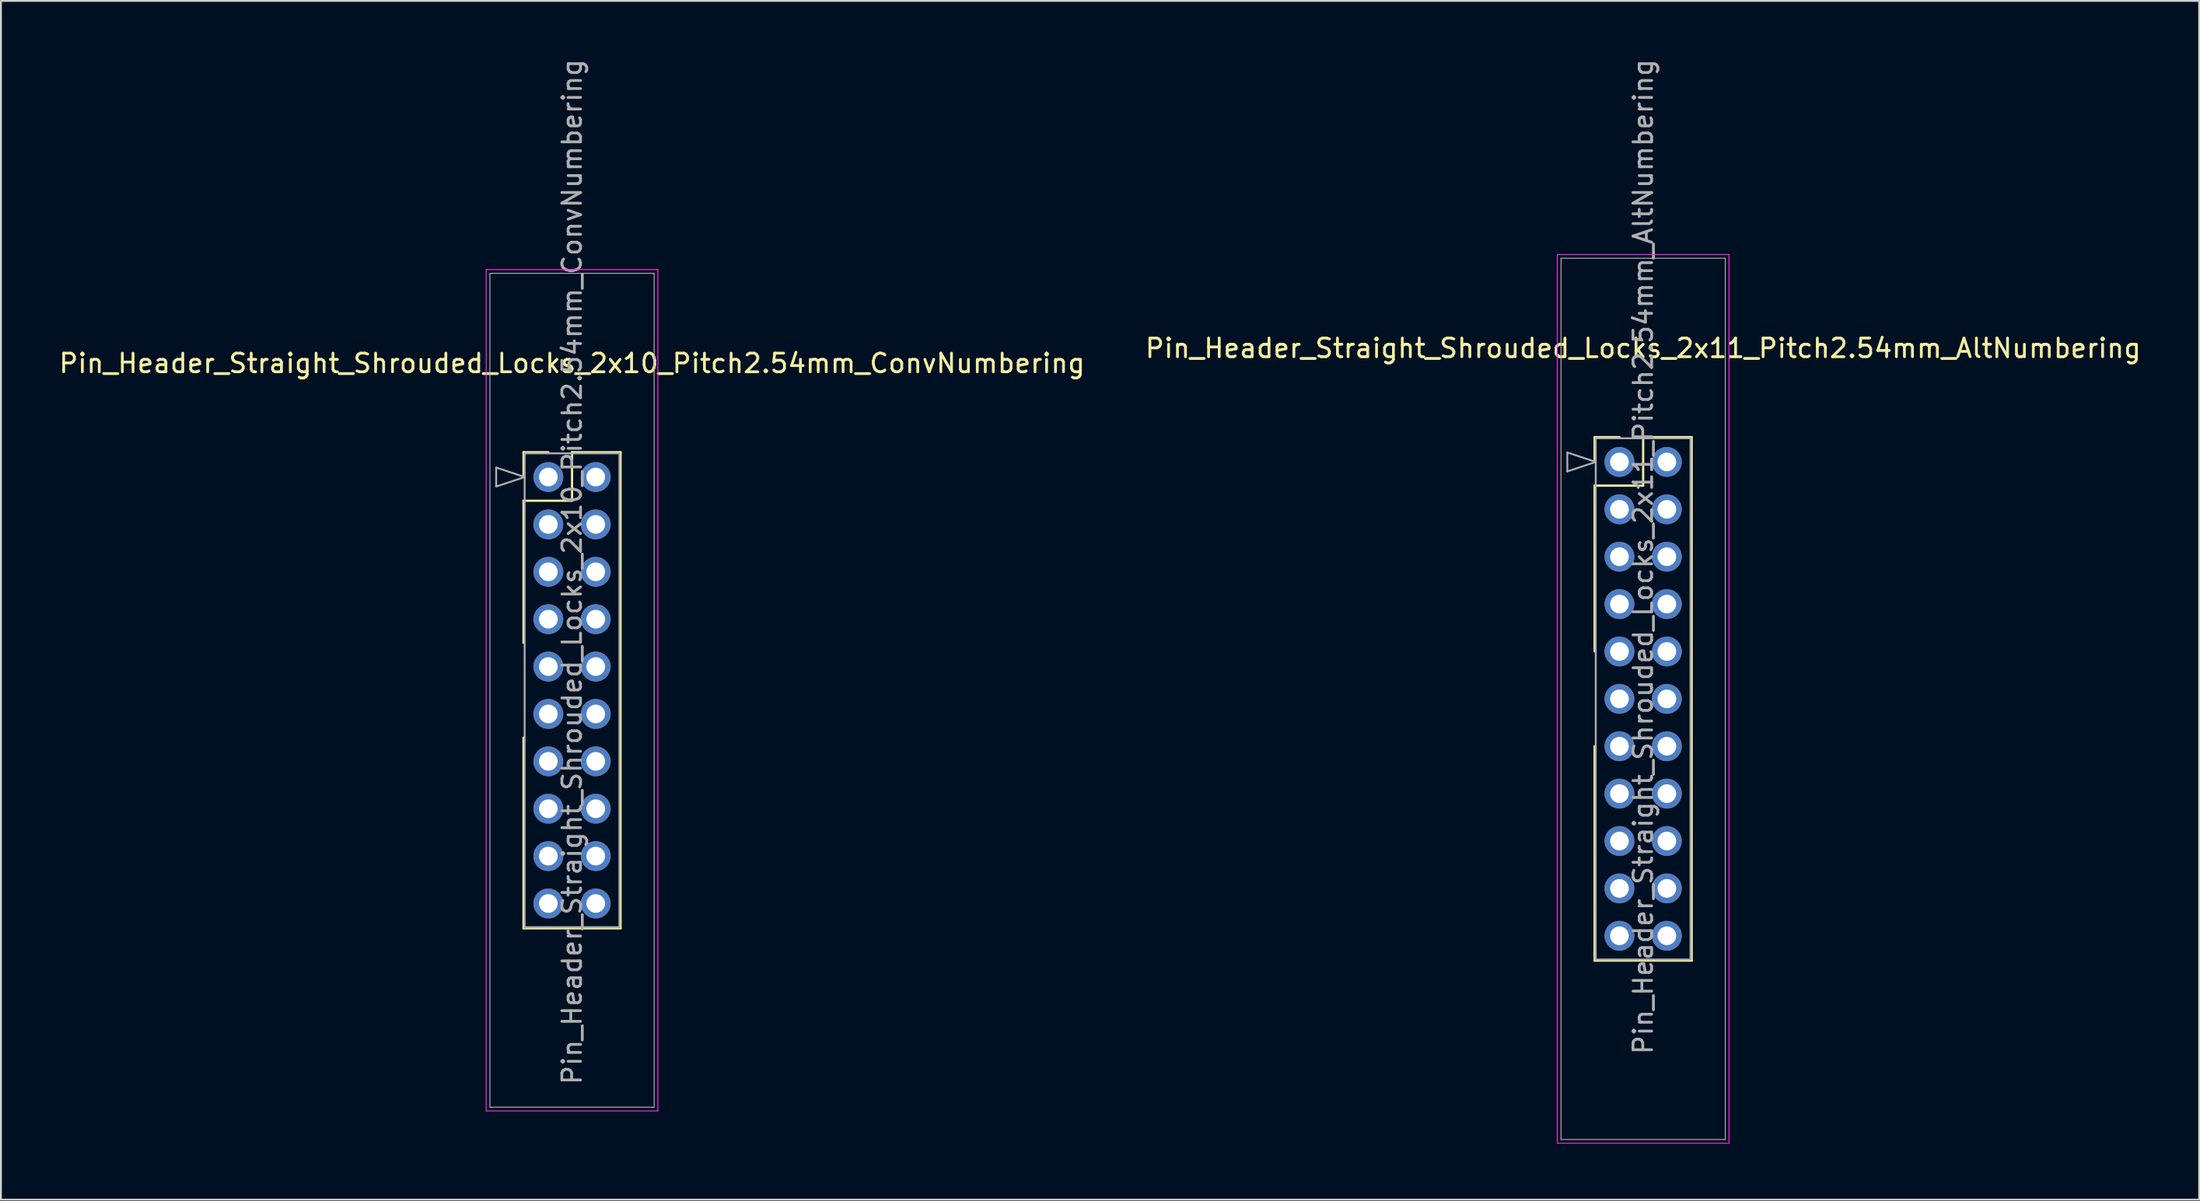
<source format=kicad_pcb>
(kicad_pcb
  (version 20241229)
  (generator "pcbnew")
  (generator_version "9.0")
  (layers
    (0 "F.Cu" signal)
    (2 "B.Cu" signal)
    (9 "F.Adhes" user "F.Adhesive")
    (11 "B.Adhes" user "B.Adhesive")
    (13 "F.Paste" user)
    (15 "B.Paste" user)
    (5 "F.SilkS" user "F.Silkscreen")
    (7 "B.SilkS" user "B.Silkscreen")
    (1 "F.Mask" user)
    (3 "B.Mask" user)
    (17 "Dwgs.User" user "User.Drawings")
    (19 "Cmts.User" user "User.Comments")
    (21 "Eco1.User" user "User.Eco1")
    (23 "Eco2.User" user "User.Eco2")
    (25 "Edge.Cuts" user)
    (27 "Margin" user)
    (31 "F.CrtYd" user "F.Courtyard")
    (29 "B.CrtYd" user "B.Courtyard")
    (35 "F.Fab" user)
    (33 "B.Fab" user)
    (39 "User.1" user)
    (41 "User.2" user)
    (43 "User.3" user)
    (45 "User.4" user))
  (footprint "Pin_Header_Straight_Shrouded_Locks_2x10_Pitch2.54mm_ConvNumbering"
    (layer "F.Cu")
    (at 26.331 22.521)
    (property "Reference" "Pin_Header_Straight_Shrouded_Locks_2x10_Pitch2.54mm_ConvNumbering" (at 1.27 -6.096 0) (layer "F.SilkS") (effects (font (size 1 1) (thickness 0.15))))
    (attr through_hole)
    (fp_line (start -1.33 -1.33) (end 0 -1.33) (stroke (width 0.12) (type solid)) (layer "F.SilkS"))
    (fp_line (start -1.33 0) (end -1.33 -1.33) (stroke (width 0.12) (type solid)) (layer "F.SilkS"))
    (fp_line (start -1.33 1.27) (end -1.33 8.89) (stroke (width 0.12) (type solid)) (layer "F.SilkS"))
    (fp_line (start -1.33 1.27) (end 1.27 1.27) (stroke (width 0.12) (type solid)) (layer "F.SilkS"))
    (fp_line (start -1.33 13.97) (end -1.33 24.19) (stroke (width 0.12) (type solid)) (layer "F.SilkS"))
    (fp_line (start -1.33 24.19) (end 3.87 24.19) (stroke (width 0.12) (type solid)) (layer "F.SilkS"))
    (fp_line (start 1.27 -1.33) (end 3.87 -1.33) (stroke (width 0.12) (type solid)) (layer "F.SilkS"))
    (fp_line (start 1.27 1.27) (end 1.27 -1.33) (stroke (width 0.12) (type solid)) (layer "F.SilkS"))
    (fp_line (start 3.87 -1.33) (end 3.87 24.19) (stroke (width 0.12) (type solid)) (layer "F.SilkS"))
    (fp_line (start -3.33 -11.12) (end -3.33 33.98) (stroke (width 0.05) (type solid)) (layer "F.CrtYd"))
    (fp_line (start -3.33 33.98) (end 5.87 33.98) (stroke (width 0.05) (type solid)) (layer "F.CrtYd"))
    (fp_line (start 5.87 -11.12) (end -3.33 -11.12) (stroke (width 0.05) (type solid)) (layer "F.CrtYd"))
    (fp_line (start 5.87 33.98) (end 5.87 -11.12) (stroke (width 0.05) (type solid)) (layer "F.CrtYd"))
    (fp_line (start -3.13 -10.92) (end -3.13 33.78) (stroke (width 0.05) (type solid)) (layer "F.Fab"))
    (fp_line (start -3.13 33.78) (end 5.67 33.78) (stroke (width 0.05) (type solid)) (layer "F.Fab"))
    (fp_line (start -2.794 -0.508) (end -1.27 0) (stroke (width 0.1) (type solid)) (layer "F.Fab"))
    (fp_line (start -2.794 0.508) (end -2.794 -0.508) (stroke (width 0.1) (type solid)) (layer "F.Fab"))
    (fp_line (start -1.27 -1.27) (end -1.27 24.13) (stroke (width 0.1) (type solid)) (layer "F.Fab"))
    (fp_line (start -1.27 0) (end -2.794 0.508) (stroke (width 0.1) (type solid)) (layer "F.Fab"))
    (fp_line (start -1.27 24.13) (end 3.81 24.13) (stroke (width 0.1) (type solid)) (layer "F.Fab"))
    (fp_line (start 3.81 -1.27) (end -1.27 -1.27) (stroke (width 0.1) (type solid)) (layer "F.Fab"))
    (fp_line (start 3.81 24.13) (end 3.81 -1.27) (stroke (width 0.1) (type solid)) (layer "F.Fab"))
    (fp_line (start 5.67 -10.92) (end -3.13 -10.92) (stroke (width 0.05) (type solid)) (layer "F.Fab"))
    (fp_line (start 5.67 33.78) (end 5.67 -10.92) (stroke (width 0.05) (type solid)) (layer "F.Fab"))
    (fp_text user "${REFERENCE}" (at 1.27 5.08 90) (layer "F.Fab") (effects (font (size 1 1) (thickness 0.15))))
    (pad "1" thru_hole oval (at 0 0) (size 1.6 1.6) (drill 1) (layers "*.Cu" "*.Mask"))
    (pad "2" thru_hole oval (at 2.54 0) (size 1.6 1.6) (drill 1) (layers "*.Cu" "*.Mask"))
    (pad "3" thru_hole oval (at 0 2.54) (size 1.6 1.6) (drill 1) (layers "*.Cu" "*.Mask"))
    (pad "4" thru_hole oval (at 2.54 2.54) (size 1.6 1.6) (drill 1) (layers "*.Cu" "*.Mask"))
    (pad "5" thru_hole oval (at 0 5.08) (size 1.6 1.6) (drill 1) (layers "*.Cu" "*.Mask"))
    (pad "6" thru_hole oval (at 2.54 5.08) (size 1.6 1.6) (drill 1) (layers "*.Cu" "*.Mask"))
    (pad "7" thru_hole oval (at 0 7.62) (size 1.6 1.6) (drill 1) (layers "*.Cu" "*.Mask"))
    (pad "8" thru_hole oval (at 2.54 7.62) (size 1.6 1.6) (drill 1) (layers "*.Cu" "*.Mask"))
    (pad "9" thru_hole oval (at 0 10.16) (size 1.6 1.6) (drill 1) (layers "*.Cu" "*.Mask"))
    (pad "10" thru_hole oval (at 2.54 10.16) (size 1.6 1.6) (drill 1) (layers "*.Cu" "*.Mask"))
    (pad "11" thru_hole oval (at 0 12.7) (size 1.6 1.6) (drill 1) (layers "*.Cu" "*.Mask"))
    (pad "12" thru_hole oval (at 2.54 12.7) (size 1.6 1.6) (drill 1) (layers "*.Cu" "*.Mask"))
    (pad "13" thru_hole oval (at 0 15.24) (size 1.6 1.6) (drill 1) (layers "*.Cu" "*.Mask"))
    (pad "14" thru_hole oval (at 2.54 15.24) (size 1.6 1.6) (drill 1) (layers "*.Cu" "*.Mask"))
    (pad "15" thru_hole oval (at 0 17.78) (size 1.6 1.6) (drill 1) (layers "*.Cu" "*.Mask"))
    (pad "16" thru_hole oval (at 2.54 17.78) (size 1.6 1.6) (drill 1) (layers "*.Cu" "*.Mask"))
    (pad "17" thru_hole oval (at 0 20.32) (size 1.6 1.6) (drill 1) (layers "*.Cu" "*.Mask"))
    (pad "18" thru_hole oval (at 2.54 20.32) (size 1.6 1.6) (drill 1) (layers "*.Cu" "*.Mask"))
    (pad "19" thru_hole oval (at 0 22.86) (size 1.6 1.6) (drill 1) (layers "*.Cu" "*.Mask"))
    (pad "20" thru_hole oval (at 2.54 22.86) (size 1.6 1.6) (drill 1) (layers "*.Cu" "*.Mask")))
  (footprint "Pin_Header_Straight_Shrouded_Locks_2x11_Pitch2.54mm_AltNumbering"
    (layer "F.Cu")
    (at 83.724 21.712)
    (property "Reference" "Pin_Header_Straight_Shrouded_Locks_2x11_Pitch2.54mm_AltNumbering" (at 1.27 -6.096 0) (layer "F.SilkS") (effects (font (size 1 1) (thickness 0.15))))
    (attr through_hole)
    (fp_line (start -1.33 -1.33) (end 0 -1.33) (stroke (width 0.12) (type solid)) (layer "F.SilkS"))
    (fp_line (start -1.33 0) (end -1.33 -1.33) (stroke (width 0.12) (type solid)) (layer "F.SilkS"))
    (fp_line (start -1.33 1.27) (end -1.33 10.16) (stroke (width 0.12) (type solid)) (layer "F.SilkS"))
    (fp_line (start -1.33 1.27) (end 1.27 1.27) (stroke (width 0.12) (type solid)) (layer "F.SilkS"))
    (fp_line (start -1.33 15.24) (end -1.33 26.73) (stroke (width 0.12) (type solid)) (layer "F.SilkS"))
    (fp_line (start -1.33 26.73) (end 3.87 26.73) (stroke (width 0.12) (type solid)) (layer "F.SilkS"))
    (fp_line (start 1.27 -1.33) (end 3.87 -1.33) (stroke (width 0.12) (type solid)) (layer "F.SilkS"))
    (fp_line (start 1.27 1.27) (end 1.27 -1.33) (stroke (width 0.12) (type solid)) (layer "F.SilkS"))
    (fp_line (start 3.87 -1.33) (end 3.87 26.73) (stroke (width 0.12) (type solid)) (layer "F.SilkS"))
    (fp_line (start -3.33 -11.12) (end -3.33 36.52) (stroke (width 0.05) (type solid)) (layer "F.CrtYd"))
    (fp_line (start -3.33 36.52) (end 5.87 36.52) (stroke (width 0.05) (type solid)) (layer "F.CrtYd"))
    (fp_line (start 5.87 -11.12) (end -3.33 -11.12) (stroke (width 0.05) (type solid)) (layer "F.CrtYd"))
    (fp_line (start 5.87 36.52) (end 5.87 -11.12) (stroke (width 0.05) (type solid)) (layer "F.CrtYd"))
    (fp_line (start -3.13 -10.92) (end -3.13 36.32) (stroke (width 0.05) (type solid)) (layer "F.Fab"))
    (fp_line (start -3.13 36.32) (end 5.67 36.32) (stroke (width 0.05) (type solid)) (layer "F.Fab"))
    (fp_line (start -2.794 -0.508) (end -1.27 0) (stroke (width 0.1) (type solid)) (layer "F.Fab"))
    (fp_line (start -2.794 0.508) (end -2.794 -0.508) (stroke (width 0.1) (type solid)) (layer "F.Fab"))
    (fp_line (start -1.27 -1.27) (end -1.27 26.67) (stroke (width 0.1) (type solid)) (layer "F.Fab"))
    (fp_line (start -1.27 0) (end -2.794 0.508) (stroke (width 0.1) (type solid)) (layer "F.Fab"))
    (fp_line (start -1.27 26.67) (end 3.81 26.67) (stroke (width 0.1) (type solid)) (layer "F.Fab"))
    (fp_line (start 3.81 -1.27) (end -1.27 -1.27) (stroke (width 0.1) (type solid)) (layer "F.Fab"))
    (fp_line (start 3.81 26.67) (end 3.81 -1.27) (stroke (width 0.1) (type solid)) (layer "F.Fab"))
    (fp_line (start 5.67 -10.92) (end -3.13 -10.92) (stroke (width 0.05) (type solid)) (layer "F.Fab"))
    (fp_line (start 5.67 36.32) (end 5.67 -10.92) (stroke (width 0.05) (type solid)) (layer "F.Fab"))
    (fp_text user "${REFERENCE}" (at 1.27 5.08 90) (layer "F.Fab") (effects (font (size 1 1) (thickness 0.15))))
    (pad "1" thru_hole oval (at 0 0) (size 1.6 1.6) (drill 1) (layers "*.Cu" "*.Mask"))
    (pad "2" thru_hole oval (at 0 2.54) (size 1.6 1.6) (drill 1) (layers "*.Cu" "*.Mask"))
    (pad "3" thru_hole oval (at 0 5.08) (size 1.6 1.6) (drill 1) (layers "*.Cu" "*.Mask"))
    (pad "4" thru_hole oval (at 0 7.62) (size 1.6 1.6) (drill 1) (layers "*.Cu" "*.Mask"))
    (pad "5" thru_hole oval (at 0 10.16) (size 1.6 1.6) (drill 1) (layers "*.Cu" "*.Mask"))
    (pad "6" thru_hole oval (at 0 12.7) (size 1.6 1.6) (drill 1) (layers "*.Cu" "*.Mask"))
    (pad "7" thru_hole oval (at 0 15.24) (size 1.6 1.6) (drill 1) (layers "*.Cu" "*.Mask"))
    (pad "8" thru_hole oval (at 0 17.78) (size 1.6 1.6) (drill 1) (layers "*.Cu" "*.Mask"))
    (pad "9" thru_hole oval (at 0 20.32) (size 1.6 1.6) (drill 1) (layers "*.Cu" "*.Mask"))
    (pad "10" thru_hole oval (at 0 22.86) (size 1.6 1.6) (drill 1) (layers "*.Cu" "*.Mask"))
    (pad "11" thru_hole oval (at 0 25.4) (size 1.6 1.6) (drill 1) (layers "*.Cu" "*.Mask"))
    (pad "12" thru_hole oval (at 2.54 0) (size 1.6 1.6) (drill 1) (layers "*.Cu" "*.Mask"))
    (pad "13" thru_hole oval (at 2.54 2.54) (size 1.6 1.6) (drill 1) (layers "*.Cu" "*.Mask"))
    (pad "14" thru_hole oval (at 2.54 5.08) (size 1.6 1.6) (drill 1) (layers "*.Cu" "*.Mask"))
    (pad "15" thru_hole oval (at 2.54 7.62) (size 1.6 1.6) (drill 1) (layers "*.Cu" "*.Mask"))
    (pad "16" thru_hole oval (at 2.54 10.16) (size 1.6 1.6) (drill 1) (layers "*.Cu" "*.Mask"))
    (pad "17" thru_hole oval (at 2.54 12.7) (size 1.6 1.6) (drill 1) (layers "*.Cu" "*.Mask"))
    (pad "18" thru_hole oval (at 2.54 15.24) (size 1.6 1.6) (drill 1) (layers "*.Cu" "*.Mask"))
    (pad "19" thru_hole oval (at 2.54 17.78) (size 1.6 1.6) (drill 1) (layers "*.Cu" "*.Mask"))
    (pad "20" thru_hole oval (at 2.54 20.32) (size 1.6 1.6) (drill 1) (layers "*.Cu" "*.Mask"))
    (pad "21" thru_hole oval (at 2.54 22.86) (size 1.6 1.6) (drill 1) (layers "*.Cu" "*.Mask"))
    (pad "22" thru_hole oval (at 2.54 25.4) (size 1.6 1.6) (drill 1) (layers "*.Cu" "*.Mask")))
  (gr_rect
    (start -3 -3)
    (end 114.786 61.257)
    (stroke (width 0.1) (type default))
    (fill no)
    (layer "Edge.Cuts")))
</source>
